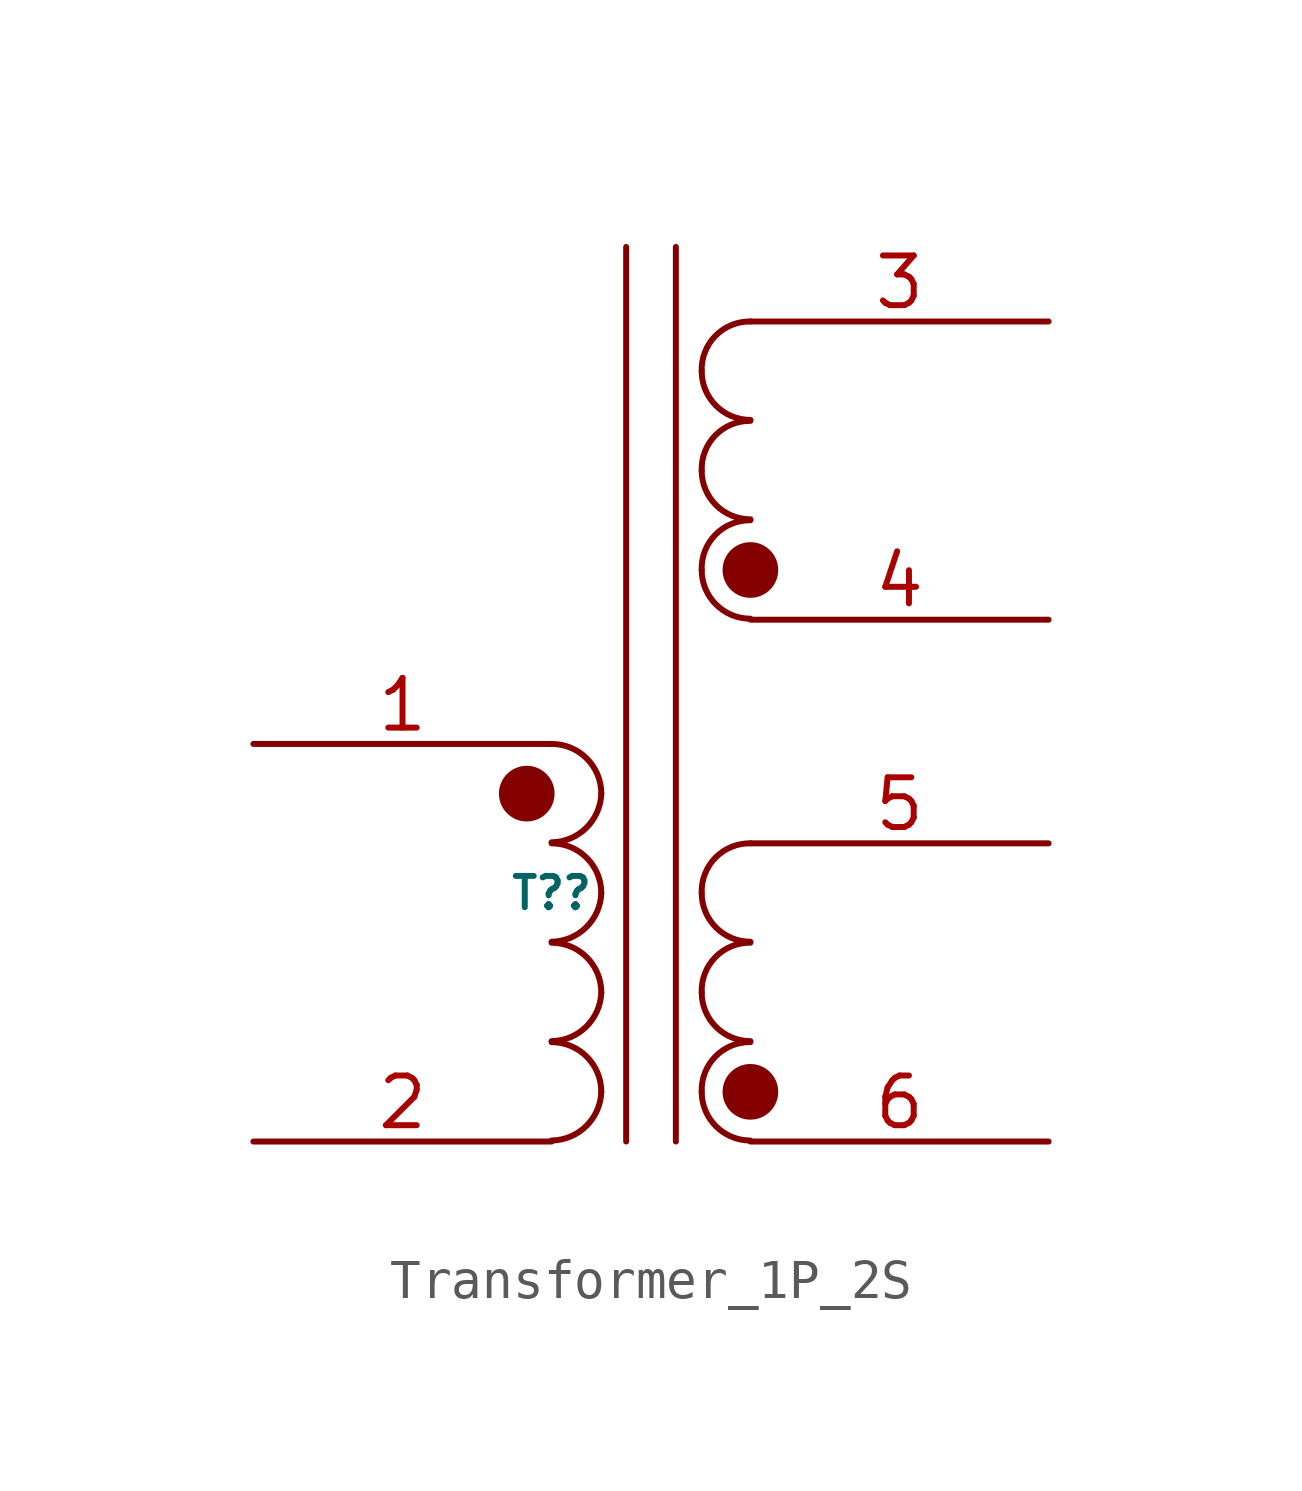
<source format=kicad_sym>
(kicad_symbol_lib
  (version 20231120)
  (generator "kicad_symbol_editor")
  (generator_version "8.0")
  (symbol "Transformer_1P_2S"
    (pin_names
      (offset 1.016) hide)
    (property "Reference" "T?"
      (at -1.905 6.35 0)
      (effects (font (size 0.8 0.8))))
    (symbol "Transformer_1P_2S_0_1"
      (arc (start -1.905 0.0254) (mid -1.0211 0.3937) (end -0.635 1.27) (stroke (width 0) (type default)) (fill (type none)))
      (arc (start -1.905 2.5654) (mid -1.0211 2.9337) (end -0.635 3.81) (stroke (width 0) (type default)) (fill (type none)))
      (arc (start -1.905 5.1054) (mid -1.0211 5.4737) (end -0.635 6.35) (stroke (width 0) (type default)) (fill (type none)))
      (arc (start -1.905 7.6454) (mid -1.0211 8.0137) (end -0.635 8.89) (stroke (width 0) (type default)) (fill (type none)))
      (arc (start -0.635 1.27) (mid -1.007 2.168) (end -1.905 2.54) (stroke (width 0) (type default)) (fill (type none)))
      (arc (start -0.635 3.81) (mid -1.007 4.708) (end -1.905 5.08) (stroke (width 0) (type default)) (fill (type none)))
      (arc (start -0.635 6.35) (mid -1.007 7.248) (end -1.905 7.62) (stroke (width 0) (type default)) (fill (type none)))
      (arc (start -0.635 8.89) (mid -1.007 9.788) (end -1.905 10.16) (stroke (width 0) (type default)) (fill (type none)))
      (polyline (pts (xy 0 0) (xy 0 22.86)) (stroke (width 0) (type default)) (fill (type none)))
      (polyline (pts (xy 1.27 22.86) (xy 1.27 0)) (stroke (width 0) (type default)) (fill (type none)))
      (arc (start 1.9304 1.27) (mid 2.2949 0.3899) (end 3.175 0.0254) (stroke (width 0) (type default)) (fill (type none)))
      (arc (start 1.9304 3.81) (mid 2.2949 2.9299) (end 3.175 2.5654) (stroke (width 0) (type default)) (fill (type none)))
      (arc (start 1.9304 6.35) (mid 2.2949 5.4699) (end 3.175 5.1054) (stroke (width 0) (type default)) (fill (type none)))
      (arc (start 1.9304 14.605) (mid 2.2949 13.7249) (end 3.175 13.3604) (stroke (width 0) (type default)) (fill (type none)))
      (arc (start 1.9304 17.145) (mid 2.2949 16.2649) (end 3.175 15.9004) (stroke (width 0) (type default)) (fill (type none)))
      (arc (start 1.9304 19.685) (mid 2.2949 18.8049) (end 3.175 18.4404) (stroke (width 0) (type default)) (fill (type none)))
      (arc (start 3.175 2.54) (mid 2.2808 2.1715) (end 1.9304 1.27) (stroke (width 0) (type default)) (fill (type none)))
      (arc (start 3.175 5.08) (mid 2.2808 4.7115) (end 1.9304 3.81) (stroke (width 0) (type default)) (fill (type none)))
      (arc (start 3.175 7.62) (mid 2.2808 7.2515) (end 1.9304 6.35) (stroke (width 0) (type default)) (fill (type none)))
      (arc (start 3.175 15.875) (mid 2.2808 15.5065) (end 1.9304 14.605) (stroke (width 0) (type default)) (fill (type none)))
      (arc (start 3.175 18.415) (mid 2.2808 18.0465) (end 1.9304 17.145) (stroke (width 0) (type default)) (fill (type none)))
      (arc (start 3.175 20.955) (mid 2.2808 20.5865) (end 1.9304 19.685) (stroke (width 0) (type default)) (fill (type none))))
    (symbol "Transformer_1P_2S_1_1"
      (circle (center -2.54 8.89) (radius 0.635) (stroke (width 0) (type default)) (fill (type outline)))
      (circle (center 3.175 1.27) (radius 0.635) (stroke (width 0) (type default)) (fill (type outline)))
      (circle (center 3.175 14.605) (radius 0.635) (stroke (width 0) (type default)) (fill (type outline)))
      (pin passive line (at -9.525 10.16 0) (length 7.62) (name "AA" (effects (font (size 1.27 1.27)))) (number "1" (effects (font (size 1.27 1.27)))))
      (pin passive line (at -9.525 0 0) (length 7.62) (name "AB" (effects (font (size 1.27 1.27)))) (number "2" (effects (font (size 1.27 1.27)))))
      (pin passive line (at 10.795 20.955 180) (length 7.62) (name "SA" (effects (font (size 1.27 1.27)))) (number "3" (effects (font (size 1.27 1.27)))))
      (pin passive line (at 10.795 13.335 180) (length 7.62) (name "SB" (effects (font (size 1.27 1.27)))) (number "4" (effects (font (size 1.27 1.27)))))
      (pin passive line (at 10.795 7.62 180) (length 7.62) (name "SC" (effects (font (size 1.27 1.27)))) (number "5" (effects (font (size 1.27 1.27)))))
      (pin passive line (at 10.795 0 180) (length 7.62) (name "SD" (effects (font (size 1.27 1.27)))) (number "6" (effects (font (size 1.27 1.27))))))))
</source>
